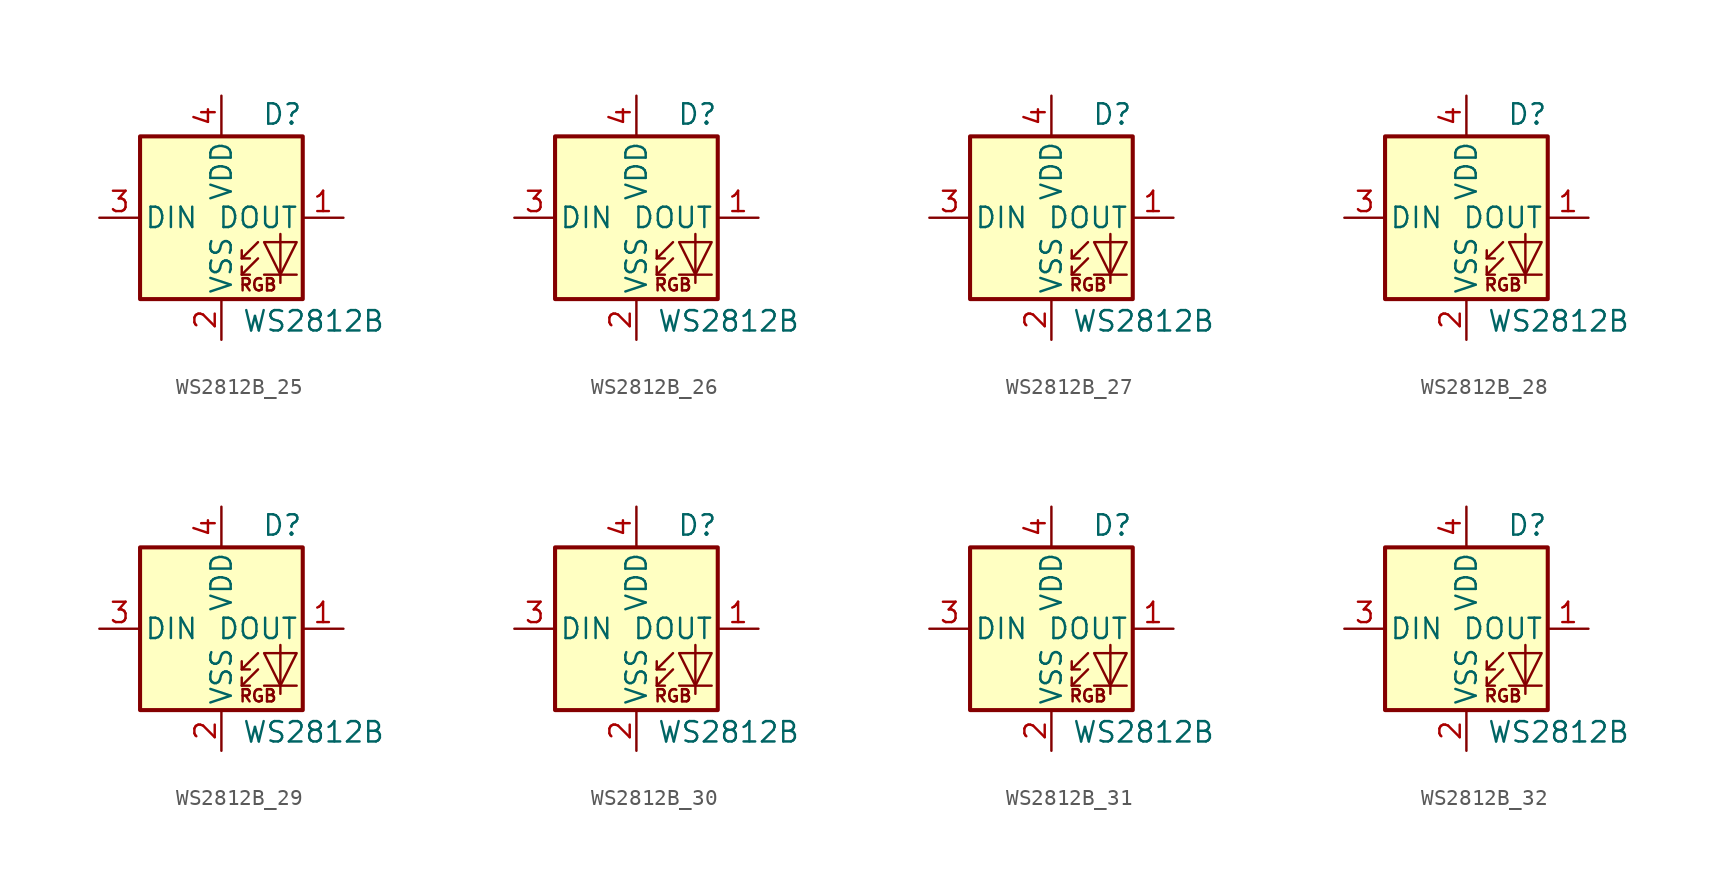
<source format=kicad_sym>
(kicad_symbol_lib
  (version 20220914)
  (generator kicad_symbol_editor)
  (symbol "WS2812B_25"
    (pin_names
      (offset 0.254))
    (property "Reference" "D"
      (at 5.08 5.715 0)
      (effects (font (size 1.27 1.27)) (justify right bottom)))
    (property "Value" "WS2812B"
      (at 1.27 -5.715 0)
      (effects (font (size 1.27 1.27)) (justify left top)))
    (symbol "WS2812B_25_0_0"
      (text "RGB" (at 2.286 -4.191 0) (effects (font (size 0.762 0.762)))))
    (symbol "WS2812B_25_0_1"
      (polyline (pts (xy 1.27 -3.556) (xy 1.778 -3.556)) (stroke (width 0) (type default)) (fill (type none)))
      (polyline (pts (xy 1.27 -2.54) (xy 1.778 -2.54)) (stroke (width 0) (type default)) (fill (type none)))
      (polyline (pts (xy 4.699 -3.556) (xy 2.667 -3.556)) (stroke (width 0) (type default)) (fill (type none)))
      (polyline (pts (xy 2.286 -2.54) (xy 1.27 -3.556) (xy 1.27 -3.048)) (stroke (width 0) (type default)) (fill (type none)))
      (polyline (pts (xy 2.286 -1.524) (xy 1.27 -2.54) (xy 1.27 -2.032)) (stroke (width 0) (type default)) (fill (type none)))
      (polyline (pts (xy 3.683 -1.016) (xy 3.683 -3.556) (xy 3.683 -4.064)) (stroke (width 0) (type default)) (fill (type none)))
      (polyline (pts (xy 4.699 -1.524) (xy 2.667 -1.524) (xy 3.683 -3.556) (xy 4.699 -1.524)) (stroke (width 0) (type default)) (fill (type none)))
      (rectangle (start 5.08 5.08) (end -5.08 -5.08) (stroke (width 0.254) (type default)) (fill (type background))))
    (symbol "WS2812B_25_1_1"
      (pin output line (at 7.62 0 180) (length 2.54) (name "DOUT" (effects (font (size 1.27 1.27)))) (number "1" (effects (font (size 1.27 1.27)))))
      (pin power_in line (at 0 -7.62 90) (length 2.54) (name "VSS" (effects (font (size 1.27 1.27)))) (number "2" (effects (font (size 1.27 1.27)))))
      (pin input line (at -7.62 0 0) (length 2.54) (name "DIN" (effects (font (size 1.27 1.27)))) (number "3" (effects (font (size 1.27 1.27)))))
      (pin power_in line (at 0 7.62 270) (length 2.54) (name "VDD" (effects (font (size 1.27 1.27)))) (number "4" (effects (font (size 1.27 1.27)))))))
  (symbol "WS2812B_26"
    (pin_names
      (offset 0.254))
    (property "Reference" "D"
      (at 5.08 5.715 0)
      (effects (font (size 1.27 1.27)) (justify right bottom)))
    (property "Value" "WS2812B"
      (at 1.27 -5.715 0)
      (effects (font (size 1.27 1.27)) (justify left top)))
    (symbol "WS2812B_26_0_0"
      (text "RGB" (at 2.286 -4.191 0) (effects (font (size 0.762 0.762)))))
    (symbol "WS2812B_26_0_1"
      (polyline (pts (xy 1.27 -3.556) (xy 1.778 -3.556)) (stroke (width 0) (type default)) (fill (type none)))
      (polyline (pts (xy 1.27 -2.54) (xy 1.778 -2.54)) (stroke (width 0) (type default)) (fill (type none)))
      (polyline (pts (xy 4.699 -3.556) (xy 2.667 -3.556)) (stroke (width 0) (type default)) (fill (type none)))
      (polyline (pts (xy 2.286 -2.54) (xy 1.27 -3.556) (xy 1.27 -3.048)) (stroke (width 0) (type default)) (fill (type none)))
      (polyline (pts (xy 2.286 -1.524) (xy 1.27 -2.54) (xy 1.27 -2.032)) (stroke (width 0) (type default)) (fill (type none)))
      (polyline (pts (xy 3.683 -1.016) (xy 3.683 -3.556) (xy 3.683 -4.064)) (stroke (width 0) (type default)) (fill (type none)))
      (polyline (pts (xy 4.699 -1.524) (xy 2.667 -1.524) (xy 3.683 -3.556) (xy 4.699 -1.524)) (stroke (width 0) (type default)) (fill (type none)))
      (rectangle (start 5.08 5.08) (end -5.08 -5.08) (stroke (width 0.254) (type default)) (fill (type background))))
    (symbol "WS2812B_26_1_1"
      (pin output line (at 7.62 0 180) (length 2.54) (name "DOUT" (effects (font (size 1.27 1.27)))) (number "1" (effects (font (size 1.27 1.27)))))
      (pin power_in line (at 0 -7.62 90) (length 2.54) (name "VSS" (effects (font (size 1.27 1.27)))) (number "2" (effects (font (size 1.27 1.27)))))
      (pin input line (at -7.62 0 0) (length 2.54) (name "DIN" (effects (font (size 1.27 1.27)))) (number "3" (effects (font (size 1.27 1.27)))))
      (pin power_in line (at 0 7.62 270) (length 2.54) (name "VDD" (effects (font (size 1.27 1.27)))) (number "4" (effects (font (size 1.27 1.27)))))))
  (symbol "WS2812B_27"
    (pin_names
      (offset 0.254))
    (property "Reference" "D"
      (at 5.08 5.715 0)
      (effects (font (size 1.27 1.27)) (justify right bottom)))
    (property "Value" "WS2812B"
      (at 1.27 -5.715 0)
      (effects (font (size 1.27 1.27)) (justify left top)))
    (symbol "WS2812B_27_0_0"
      (text "RGB" (at 2.286 -4.191 0) (effects (font (size 0.762 0.762)))))
    (symbol "WS2812B_27_0_1"
      (polyline (pts (xy 1.27 -3.556) (xy 1.778 -3.556)) (stroke (width 0) (type default)) (fill (type none)))
      (polyline (pts (xy 1.27 -2.54) (xy 1.778 -2.54)) (stroke (width 0) (type default)) (fill (type none)))
      (polyline (pts (xy 4.699 -3.556) (xy 2.667 -3.556)) (stroke (width 0) (type default)) (fill (type none)))
      (polyline (pts (xy 2.286 -2.54) (xy 1.27 -3.556) (xy 1.27 -3.048)) (stroke (width 0) (type default)) (fill (type none)))
      (polyline (pts (xy 2.286 -1.524) (xy 1.27 -2.54) (xy 1.27 -2.032)) (stroke (width 0) (type default)) (fill (type none)))
      (polyline (pts (xy 3.683 -1.016) (xy 3.683 -3.556) (xy 3.683 -4.064)) (stroke (width 0) (type default)) (fill (type none)))
      (polyline (pts (xy 4.699 -1.524) (xy 2.667 -1.524) (xy 3.683 -3.556) (xy 4.699 -1.524)) (stroke (width 0) (type default)) (fill (type none)))
      (rectangle (start 5.08 5.08) (end -5.08 -5.08) (stroke (width 0.254) (type default)) (fill (type background))))
    (symbol "WS2812B_27_1_1"
      (pin output line (at 7.62 0 180) (length 2.54) (name "DOUT" (effects (font (size 1.27 1.27)))) (number "1" (effects (font (size 1.27 1.27)))))
      (pin power_in line (at 0 -7.62 90) (length 2.54) (name "VSS" (effects (font (size 1.27 1.27)))) (number "2" (effects (font (size 1.27 1.27)))))
      (pin input line (at -7.62 0 0) (length 2.54) (name "DIN" (effects (font (size 1.27 1.27)))) (number "3" (effects (font (size 1.27 1.27)))))
      (pin power_in line (at 0 7.62 270) (length 2.54) (name "VDD" (effects (font (size 1.27 1.27)))) (number "4" (effects (font (size 1.27 1.27)))))))
  (symbol "WS2812B_28"
    (pin_names
      (offset 0.254))
    (property "Reference" "D"
      (at 5.08 5.715 0)
      (effects (font (size 1.27 1.27)) (justify right bottom)))
    (property "Value" "WS2812B"
      (at 1.27 -5.715 0)
      (effects (font (size 1.27 1.27)) (justify left top)))
    (symbol "WS2812B_28_0_0"
      (text "RGB" (at 2.286 -4.191 0) (effects (font (size 0.762 0.762)))))
    (symbol "WS2812B_28_0_1"
      (polyline (pts (xy 1.27 -3.556) (xy 1.778 -3.556)) (stroke (width 0) (type default)) (fill (type none)))
      (polyline (pts (xy 1.27 -2.54) (xy 1.778 -2.54)) (stroke (width 0) (type default)) (fill (type none)))
      (polyline (pts (xy 4.699 -3.556) (xy 2.667 -3.556)) (stroke (width 0) (type default)) (fill (type none)))
      (polyline (pts (xy 2.286 -2.54) (xy 1.27 -3.556) (xy 1.27 -3.048)) (stroke (width 0) (type default)) (fill (type none)))
      (polyline (pts (xy 2.286 -1.524) (xy 1.27 -2.54) (xy 1.27 -2.032)) (stroke (width 0) (type default)) (fill (type none)))
      (polyline (pts (xy 3.683 -1.016) (xy 3.683 -3.556) (xy 3.683 -4.064)) (stroke (width 0) (type default)) (fill (type none)))
      (polyline (pts (xy 4.699 -1.524) (xy 2.667 -1.524) (xy 3.683 -3.556) (xy 4.699 -1.524)) (stroke (width 0) (type default)) (fill (type none)))
      (rectangle (start 5.08 5.08) (end -5.08 -5.08) (stroke (width 0.254) (type default)) (fill (type background))))
    (symbol "WS2812B_28_1_1"
      (pin output line (at 7.62 0 180) (length 2.54) (name "DOUT" (effects (font (size 1.27 1.27)))) (number "1" (effects (font (size 1.27 1.27)))))
      (pin power_in line (at 0 -7.62 90) (length 2.54) (name "VSS" (effects (font (size 1.27 1.27)))) (number "2" (effects (font (size 1.27 1.27)))))
      (pin input line (at -7.62 0 0) (length 2.54) (name "DIN" (effects (font (size 1.27 1.27)))) (number "3" (effects (font (size 1.27 1.27)))))
      (pin power_in line (at 0 7.62 270) (length 2.54) (name "VDD" (effects (font (size 1.27 1.27)))) (number "4" (effects (font (size 1.27 1.27)))))))
  (symbol "WS2812B_29"
    (pin_names
      (offset 0.254))
    (property "Reference" "D"
      (at 5.08 5.715 0)
      (effects (font (size 1.27 1.27)) (justify right bottom)))
    (property "Value" "WS2812B"
      (at 1.27 -5.715 0)
      (effects (font (size 1.27 1.27)) (justify left top)))
    (symbol "WS2812B_29_0_0"
      (text "RGB" (at 2.286 -4.191 0) (effects (font (size 0.762 0.762)))))
    (symbol "WS2812B_29_0_1"
      (polyline (pts (xy 1.27 -3.556) (xy 1.778 -3.556)) (stroke (width 0) (type default)) (fill (type none)))
      (polyline (pts (xy 1.27 -2.54) (xy 1.778 -2.54)) (stroke (width 0) (type default)) (fill (type none)))
      (polyline (pts (xy 4.699 -3.556) (xy 2.667 -3.556)) (stroke (width 0) (type default)) (fill (type none)))
      (polyline (pts (xy 2.286 -2.54) (xy 1.27 -3.556) (xy 1.27 -3.048)) (stroke (width 0) (type default)) (fill (type none)))
      (polyline (pts (xy 2.286 -1.524) (xy 1.27 -2.54) (xy 1.27 -2.032)) (stroke (width 0) (type default)) (fill (type none)))
      (polyline (pts (xy 3.683 -1.016) (xy 3.683 -3.556) (xy 3.683 -4.064)) (stroke (width 0) (type default)) (fill (type none)))
      (polyline (pts (xy 4.699 -1.524) (xy 2.667 -1.524) (xy 3.683 -3.556) (xy 4.699 -1.524)) (stroke (width 0) (type default)) (fill (type none)))
      (rectangle (start 5.08 5.08) (end -5.08 -5.08) (stroke (width 0.254) (type default)) (fill (type background))))
    (symbol "WS2812B_29_1_1"
      (pin output line (at 7.62 0 180) (length 2.54) (name "DOUT" (effects (font (size 1.27 1.27)))) (number "1" (effects (font (size 1.27 1.27)))))
      (pin power_in line (at 0 -7.62 90) (length 2.54) (name "VSS" (effects (font (size 1.27 1.27)))) (number "2" (effects (font (size 1.27 1.27)))))
      (pin input line (at -7.62 0 0) (length 2.54) (name "DIN" (effects (font (size 1.27 1.27)))) (number "3" (effects (font (size 1.27 1.27)))))
      (pin power_in line (at 0 7.62 270) (length 2.54) (name "VDD" (effects (font (size 1.27 1.27)))) (number "4" (effects (font (size 1.27 1.27)))))))
  (symbol "WS2812B_30"
    (pin_names
      (offset 0.254))
    (property "Reference" "D"
      (at 5.08 5.715 0)
      (effects (font (size 1.27 1.27)) (justify right bottom)))
    (property "Value" "WS2812B"
      (at 1.27 -5.715 0)
      (effects (font (size 1.27 1.27)) (justify left top)))
    (symbol "WS2812B_30_0_0"
      (text "RGB" (at 2.286 -4.191 0) (effects (font (size 0.762 0.762)))))
    (symbol "WS2812B_30_0_1"
      (polyline (pts (xy 1.27 -3.556) (xy 1.778 -3.556)) (stroke (width 0) (type default)) (fill (type none)))
      (polyline (pts (xy 1.27 -2.54) (xy 1.778 -2.54)) (stroke (width 0) (type default)) (fill (type none)))
      (polyline (pts (xy 4.699 -3.556) (xy 2.667 -3.556)) (stroke (width 0) (type default)) (fill (type none)))
      (polyline (pts (xy 2.286 -2.54) (xy 1.27 -3.556) (xy 1.27 -3.048)) (stroke (width 0) (type default)) (fill (type none)))
      (polyline (pts (xy 2.286 -1.524) (xy 1.27 -2.54) (xy 1.27 -2.032)) (stroke (width 0) (type default)) (fill (type none)))
      (polyline (pts (xy 3.683 -1.016) (xy 3.683 -3.556) (xy 3.683 -4.064)) (stroke (width 0) (type default)) (fill (type none)))
      (polyline (pts (xy 4.699 -1.524) (xy 2.667 -1.524) (xy 3.683 -3.556) (xy 4.699 -1.524)) (stroke (width 0) (type default)) (fill (type none)))
      (rectangle (start 5.08 5.08) (end -5.08 -5.08) (stroke (width 0.254) (type default)) (fill (type background))))
    (symbol "WS2812B_30_1_1"
      (pin output line (at 7.62 0 180) (length 2.54) (name "DOUT" (effects (font (size 1.27 1.27)))) (number "1" (effects (font (size 1.27 1.27)))))
      (pin power_in line (at 0 -7.62 90) (length 2.54) (name "VSS" (effects (font (size 1.27 1.27)))) (number "2" (effects (font (size 1.27 1.27)))))
      (pin input line (at -7.62 0 0) (length 2.54) (name "DIN" (effects (font (size 1.27 1.27)))) (number "3" (effects (font (size 1.27 1.27)))))
      (pin power_in line (at 0 7.62 270) (length 2.54) (name "VDD" (effects (font (size 1.27 1.27)))) (number "4" (effects (font (size 1.27 1.27)))))))
  (symbol "WS2812B_31"
    (pin_names
      (offset 0.254))
    (property "Reference" "D"
      (at 5.08 5.715 0)
      (effects (font (size 1.27 1.27)) (justify right bottom)))
    (property "Value" "WS2812B"
      (at 1.27 -5.715 0)
      (effects (font (size 1.27 1.27)) (justify left top)))
    (symbol "WS2812B_31_0_0"
      (text "RGB" (at 2.286 -4.191 0) (effects (font (size 0.762 0.762)))))
    (symbol "WS2812B_31_0_1"
      (polyline (pts (xy 1.27 -3.556) (xy 1.778 -3.556)) (stroke (width 0) (type default)) (fill (type none)))
      (polyline (pts (xy 1.27 -2.54) (xy 1.778 -2.54)) (stroke (width 0) (type default)) (fill (type none)))
      (polyline (pts (xy 4.699 -3.556) (xy 2.667 -3.556)) (stroke (width 0) (type default)) (fill (type none)))
      (polyline (pts (xy 2.286 -2.54) (xy 1.27 -3.556) (xy 1.27 -3.048)) (stroke (width 0) (type default)) (fill (type none)))
      (polyline (pts (xy 2.286 -1.524) (xy 1.27 -2.54) (xy 1.27 -2.032)) (stroke (width 0) (type default)) (fill (type none)))
      (polyline (pts (xy 3.683 -1.016) (xy 3.683 -3.556) (xy 3.683 -4.064)) (stroke (width 0) (type default)) (fill (type none)))
      (polyline (pts (xy 4.699 -1.524) (xy 2.667 -1.524) (xy 3.683 -3.556) (xy 4.699 -1.524)) (stroke (width 0) (type default)) (fill (type none)))
      (rectangle (start 5.08 5.08) (end -5.08 -5.08) (stroke (width 0.254) (type default)) (fill (type background))))
    (symbol "WS2812B_31_1_1"
      (pin output line (at 7.62 0 180) (length 2.54) (name "DOUT" (effects (font (size 1.27 1.27)))) (number "1" (effects (font (size 1.27 1.27)))))
      (pin power_in line (at 0 -7.62 90) (length 2.54) (name "VSS" (effects (font (size 1.27 1.27)))) (number "2" (effects (font (size 1.27 1.27)))))
      (pin input line (at -7.62 0 0) (length 2.54) (name "DIN" (effects (font (size 1.27 1.27)))) (number "3" (effects (font (size 1.27 1.27)))))
      (pin power_in line (at 0 7.62 270) (length 2.54) (name "VDD" (effects (font (size 1.27 1.27)))) (number "4" (effects (font (size 1.27 1.27)))))))
  (symbol "WS2812B_32"
    (pin_names
      (offset 0.254))
    (property "Reference" "D"
      (at 5.08 5.715 0)
      (effects (font (size 1.27 1.27)) (justify right bottom)))
    (property "Value" "WS2812B"
      (at 1.27 -5.715 0)
      (effects (font (size 1.27 1.27)) (justify left top)))
    (symbol "WS2812B_32_0_0"
      (text "RGB" (at 2.286 -4.191 0) (effects (font (size 0.762 0.762)))))
    (symbol "WS2812B_32_0_1"
      (polyline (pts (xy 1.27 -3.556) (xy 1.778 -3.556)) (stroke (width 0) (type default)) (fill (type none)))
      (polyline (pts (xy 1.27 -2.54) (xy 1.778 -2.54)) (stroke (width 0) (type default)) (fill (type none)))
      (polyline (pts (xy 4.699 -3.556) (xy 2.667 -3.556)) (stroke (width 0) (type default)) (fill (type none)))
      (polyline (pts (xy 2.286 -2.54) (xy 1.27 -3.556) (xy 1.27 -3.048)) (stroke (width 0) (type default)) (fill (type none)))
      (polyline (pts (xy 2.286 -1.524) (xy 1.27 -2.54) (xy 1.27 -2.032)) (stroke (width 0) (type default)) (fill (type none)))
      (polyline (pts (xy 3.683 -1.016) (xy 3.683 -3.556) (xy 3.683 -4.064)) (stroke (width 0) (type default)) (fill (type none)))
      (polyline (pts (xy 4.699 -1.524) (xy 2.667 -1.524) (xy 3.683 -3.556) (xy 4.699 -1.524)) (stroke (width 0) (type default)) (fill (type none)))
      (rectangle (start 5.08 5.08) (end -5.08 -5.08) (stroke (width 0.254) (type default)) (fill (type background))))
    (symbol "WS2812B_32_1_1"
      (pin output line (at 7.62 0 180) (length 2.54) (name "DOUT" (effects (font (size 1.27 1.27)))) (number "1" (effects (font (size 1.27 1.27)))))
      (pin power_in line (at 0 -7.62 90) (length 2.54) (name "VSS" (effects (font (size 1.27 1.27)))) (number "2" (effects (font (size 1.27 1.27)))))
      (pin input line (at -7.62 0 0) (length 2.54) (name "DIN" (effects (font (size 1.27 1.27)))) (number "3" (effects (font (size 1.27 1.27)))))
      (pin power_in line (at 0 7.62 270) (length 2.54) (name "VDD" (effects (font (size 1.27 1.27)))) (number "4" (effects (font (size 1.27 1.27))))))))
</source>
